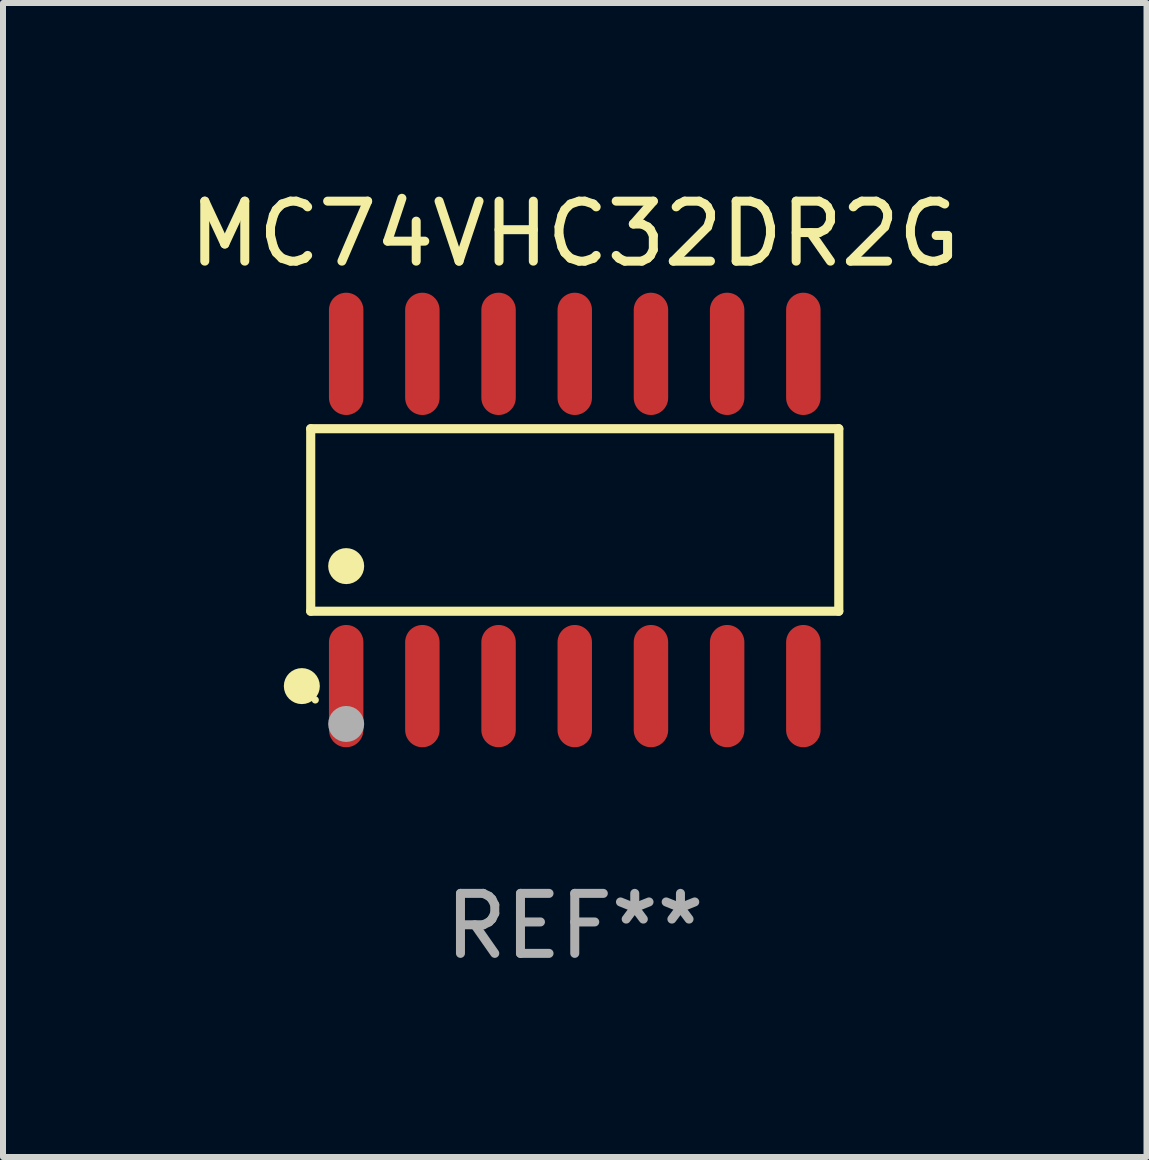
<source format=kicad_pcb>
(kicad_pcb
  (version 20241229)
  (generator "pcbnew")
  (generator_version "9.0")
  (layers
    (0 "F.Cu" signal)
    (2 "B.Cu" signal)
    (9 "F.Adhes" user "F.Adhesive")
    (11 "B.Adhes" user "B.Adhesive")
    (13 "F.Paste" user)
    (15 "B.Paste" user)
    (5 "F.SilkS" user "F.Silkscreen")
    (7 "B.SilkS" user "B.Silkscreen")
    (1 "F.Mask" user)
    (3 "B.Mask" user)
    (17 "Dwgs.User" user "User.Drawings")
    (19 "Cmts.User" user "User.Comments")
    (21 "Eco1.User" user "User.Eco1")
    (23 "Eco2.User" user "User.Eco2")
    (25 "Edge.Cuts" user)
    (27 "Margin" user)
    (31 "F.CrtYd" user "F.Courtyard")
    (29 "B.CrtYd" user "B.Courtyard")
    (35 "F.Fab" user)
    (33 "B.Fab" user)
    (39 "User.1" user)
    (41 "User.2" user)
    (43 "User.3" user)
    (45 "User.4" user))
  (footprint "MC74VHC32DR2G"
    (layer "F.Cu")
    (at 6.53 5.617)
    (property "Reference" "MC74VHC32DR2G" (at 0 -4.769 0) (layer "F.SilkS") (effects (font (size 1 1) (thickness 0.15))))
    (attr through_hole)
    (fp_line (start -4.401 -1.521) (end 4.401 -1.521) (stroke (width 0.152) (type solid)) (layer "F.SilkS"))
    (fp_line (start -4.401 1.521) (end -4.401 -1.521) (stroke (width 0.152) (type solid)) (layer "F.SilkS"))
    (fp_line (start 4.401 -1.521) (end 4.401 1.521) (stroke (width 0.152) (type solid)) (layer "F.SilkS"))
    (fp_line (start 4.401 1.521) (end -4.401 1.521) (stroke (width 0.152) (type solid)) (layer "F.SilkS"))
    (fp_circle (center -4.549 2.769) (end -4.399 2.769) (stroke (width 0.3) (type solid)) (fill no) (layer "F.SilkS"))
    (fp_circle (center -4.325 3) (end -4.295 3) (stroke (width 0.06) (type solid)) (fill no) (layer "F.SilkS"))
    (fp_circle (center -3.81 0.769) (end -3.66 0.769) (stroke (width 0.3) (type solid)) (fill no) (layer "F.SilkS"))
    (fp_circle (center -3.81 3.4) (end -3.66 3.4) (stroke (width 0.3) (type solid)) (fill no) (layer "F.Fab"))
    (fp_text user "REF**" (at 0 6.769 0) (layer "F.Fab") (effects (font (size 1 1) (thickness 0.15))))
    (pad "1" smd oval (at -3.81 2.769) (size 0.574 2.038) (layers "F.Cu" "F.Mask" "F.Paste"))
    (pad "2" smd oval (at -2.54 2.769) (size 0.574 2.038) (layers "F.Cu" "F.Mask" "F.Paste"))
    (pad "3" smd oval (at -1.27 2.769) (size 0.574 2.038) (layers "F.Cu" "F.Mask" "F.Paste"))
    (pad "4" smd oval (at 0 2.769) (size 0.574 2.038) (layers "F.Cu" "F.Mask" "F.Paste"))
    (pad "5" smd oval (at 1.27 2.769) (size 0.574 2.038) (layers "F.Cu" "F.Mask" "F.Paste"))
    (pad "6" smd oval (at 2.54 2.769) (size 0.574 2.038) (layers "F.Cu" "F.Mask" "F.Paste"))
    (pad "7" smd oval (at 3.81 2.769) (size 0.574 2.038) (layers "F.Cu" "F.Mask" "F.Paste"))
    (pad "8" smd oval (at 3.81 -2.769) (size 0.574 2.038) (layers "F.Cu" "F.Mask" "F.Paste"))
    (pad "9" smd oval (at 2.54 -2.769) (size 0.574 2.038) (layers "F.Cu" "F.Mask" "F.Paste"))
    (pad "10" smd oval (at 1.27 -2.769) (size 0.574 2.038) (layers "F.Cu" "F.Mask" "F.Paste"))
    (pad "11" smd oval (at 0 -2.769) (size 0.574 2.038) (layers "F.Cu" "F.Mask" "F.Paste"))
    (pad "12" smd oval (at -1.27 -2.769) (size 0.574 2.038) (layers "F.Cu" "F.Mask" "F.Paste"))
    (pad "13" smd oval (at -2.54 -2.769) (size 0.574 2.038) (layers "F.Cu" "F.Mask" "F.Paste"))
    (pad "14" smd oval (at -3.81 -2.769) (size 0.574 2.038) (layers "F.Cu" "F.Mask" "F.Paste")))
  (gr_rect
    (start -3 -3)
    (end 16.06 16.235)
    (stroke (width 0.1) (type default))
    (fill no)
    (layer "Edge.Cuts")))
</source>
